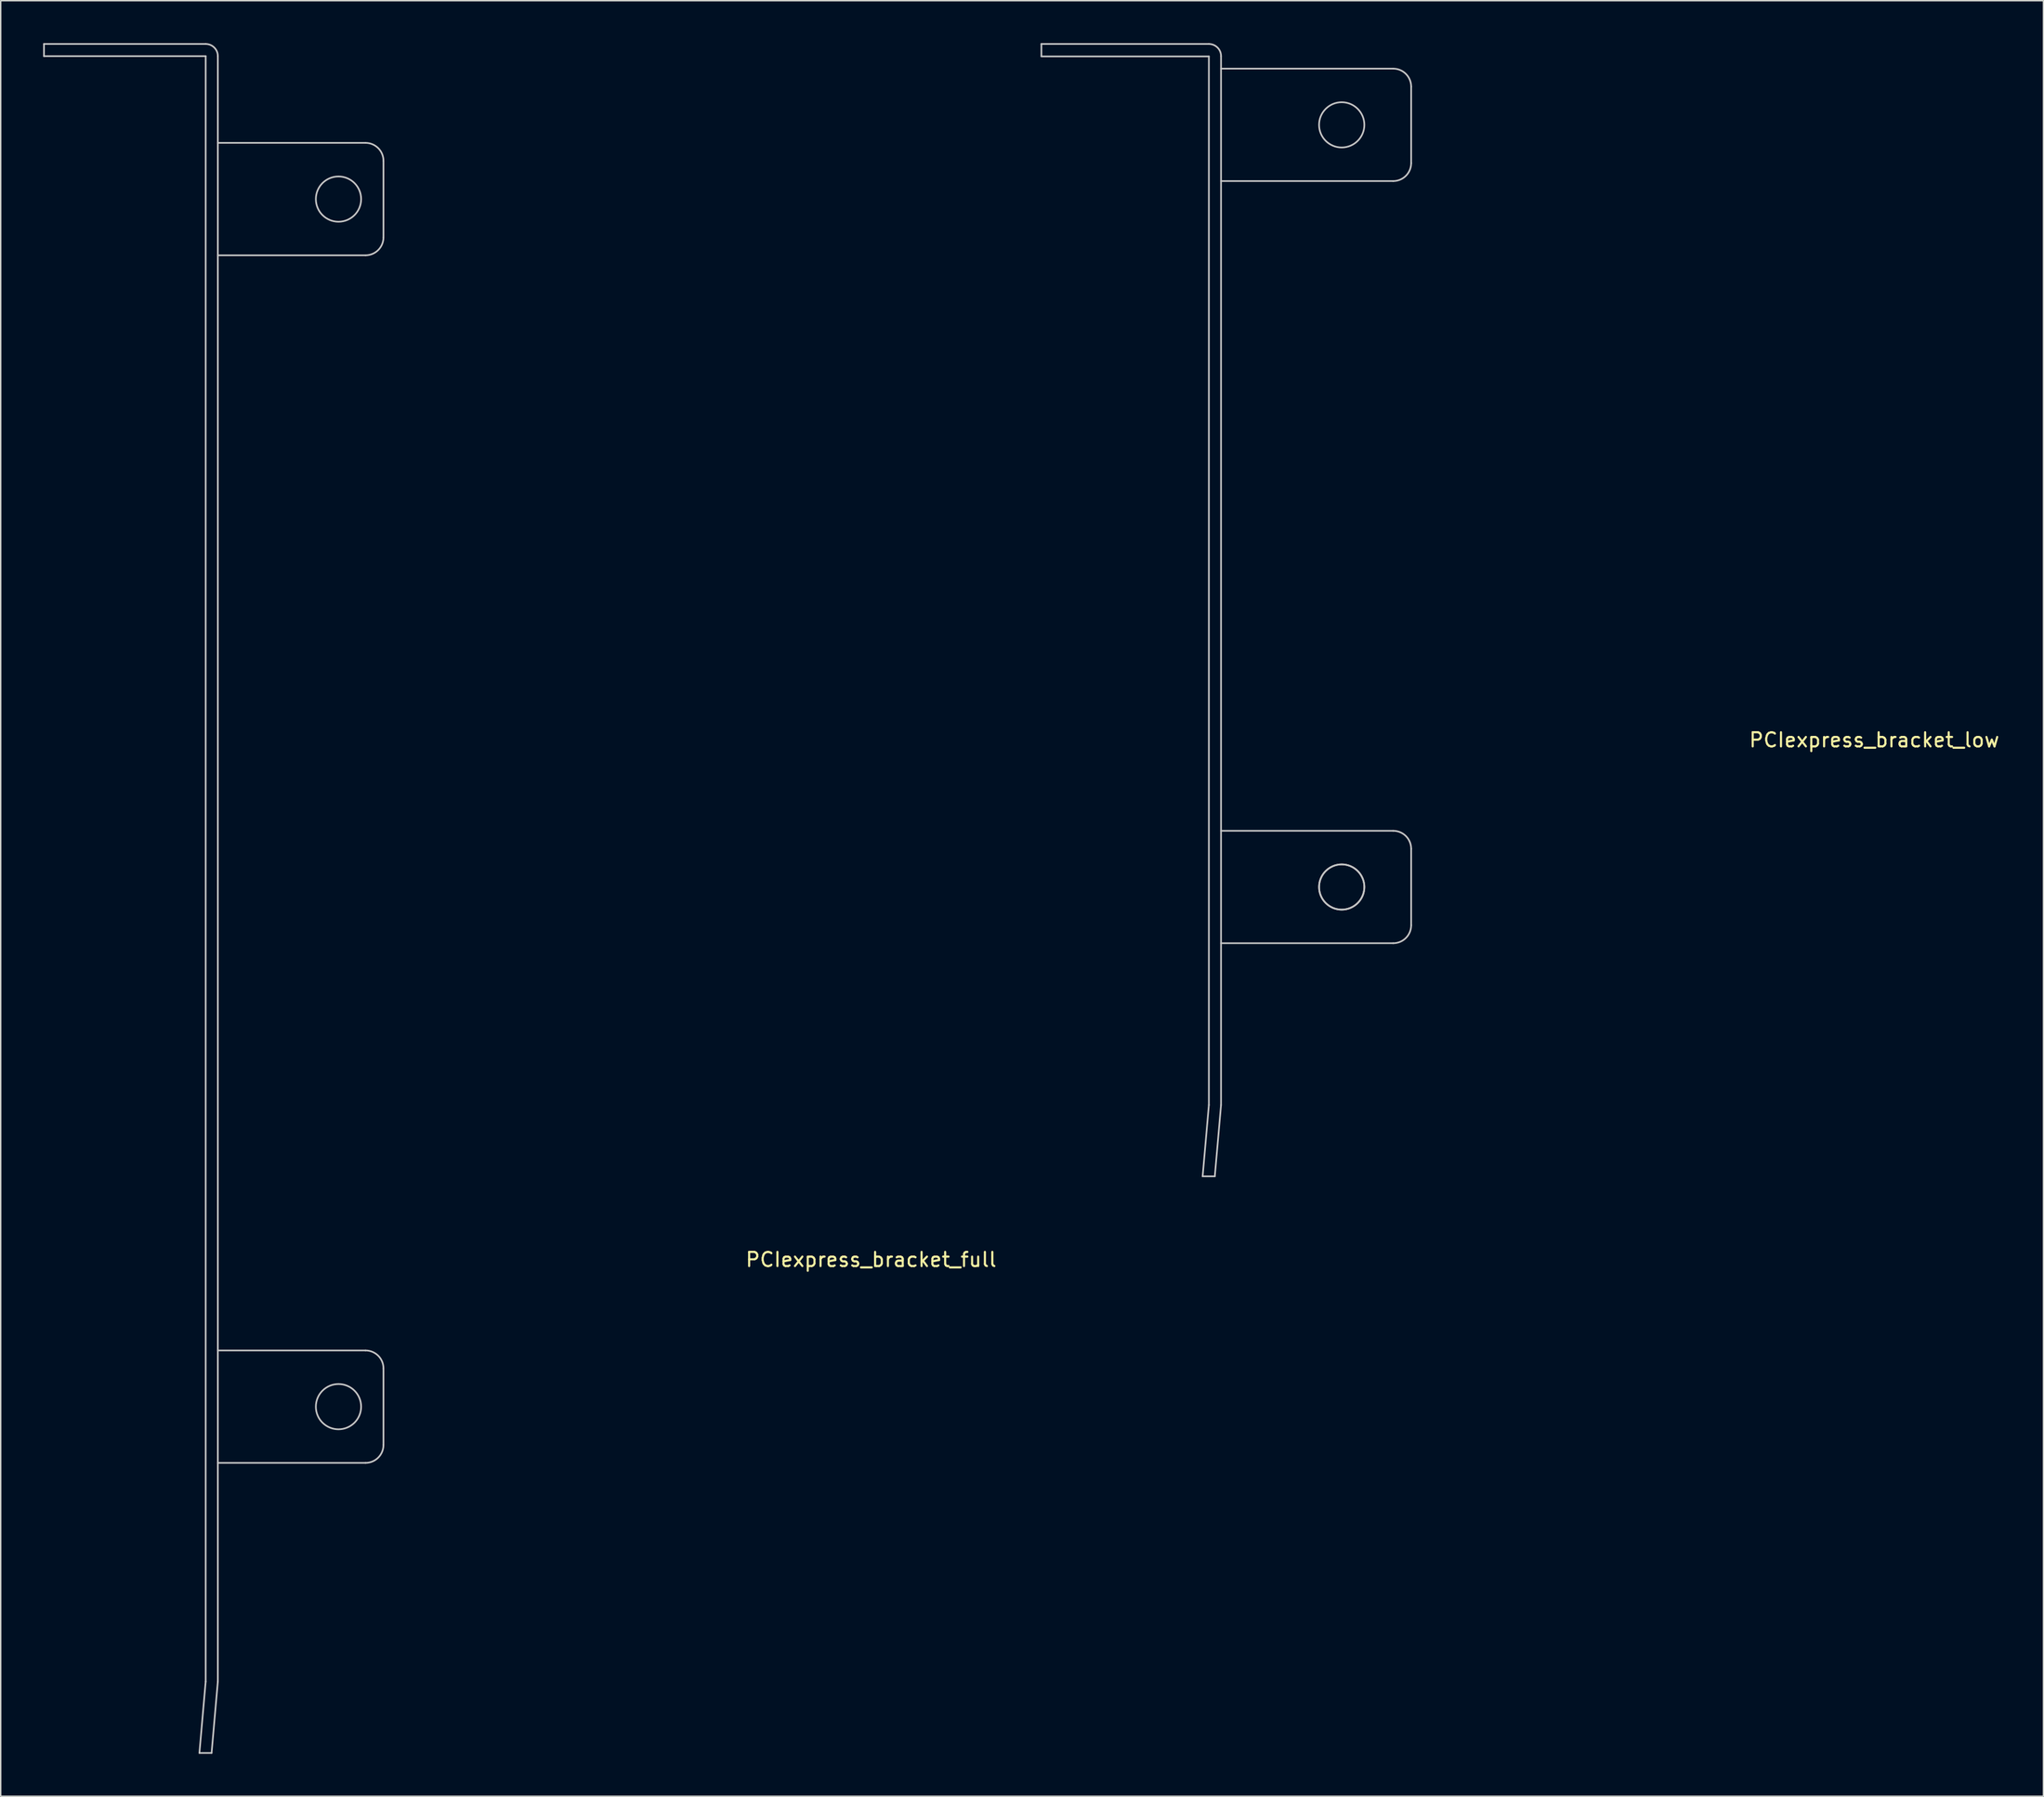
<source format=kicad_pcb>
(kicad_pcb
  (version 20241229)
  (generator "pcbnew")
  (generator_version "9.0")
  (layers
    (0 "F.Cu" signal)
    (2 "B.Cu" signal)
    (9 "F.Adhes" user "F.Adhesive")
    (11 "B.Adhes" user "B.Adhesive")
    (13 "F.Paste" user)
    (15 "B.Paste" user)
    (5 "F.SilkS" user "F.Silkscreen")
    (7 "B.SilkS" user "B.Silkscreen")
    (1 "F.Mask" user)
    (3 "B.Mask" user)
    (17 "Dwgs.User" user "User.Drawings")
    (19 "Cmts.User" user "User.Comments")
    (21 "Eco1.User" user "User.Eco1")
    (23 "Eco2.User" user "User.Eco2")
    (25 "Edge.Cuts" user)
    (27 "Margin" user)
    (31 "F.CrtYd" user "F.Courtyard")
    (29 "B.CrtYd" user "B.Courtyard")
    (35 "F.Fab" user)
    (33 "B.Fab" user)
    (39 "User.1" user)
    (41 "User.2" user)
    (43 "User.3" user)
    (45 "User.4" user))
  (footprint "PCIexpress_bracket_full"
    (layer "F.Cu")
    (at 58.53 105.78)
    (property "Reference" "PCIexpress_bracket_full" (at 0 -19.75 0) (layer "F.SilkS") (effects (font (size 1 1) (thickness 0.15))))
    (attr exclude_from_pos_files exclude_from_bom)
    (fp_line (start -58.47 -104.86) (end -58.47 -105.72) (stroke (width 0.12) (type solid)) (layer "Dwgs.User"))
    (fp_line (start -47.482 15.141) (end -46.622 15.141) (stroke (width 0.12) (type solid)) (layer "Dwgs.User"))
    (fp_line (start -47.04 -105.72) (end -58.47 -105.72) (stroke (width 0.12) (type solid)) (layer "Dwgs.User"))
    (fp_line (start -47.04 -104.86) (end -58.47 -104.86) (stroke (width 0.12) (type solid)) (layer "Dwgs.User"))
    (fp_line (start -47.04 -104.86) (end -47.04 10.09) (stroke (width 0.12) (type solid)) (layer "Dwgs.User"))
    (fp_line (start -47.04 10.09) (end -47.482 15.141) (stroke (width 0.12) (type solid)) (layer "Dwgs.User"))
    (fp_line (start -46.18 -104.86) (end -46.18 10.09) (stroke (width 0.12) (type solid)) (layer "Dwgs.User"))
    (fp_line (start -46.18 10.09) (end -46.622 15.141) (stroke (width 0.12) (type solid)) (layer "Dwgs.User"))
    (fp_line (start -35.74 -98.725) (end -46.18 -98.725) (stroke (width 0.12) (type solid)) (layer "Dwgs.User"))
    (fp_line (start -35.74 -90.775) (end -46.18 -90.775) (stroke (width 0.12) (type solid)) (layer "Dwgs.User"))
    (fp_line (start -35.74 -13.325) (end -46.18 -13.325) (stroke (width 0.12) (type solid)) (layer "Dwgs.User"))
    (fp_line (start -35.74 -5.375) (end -46.18 -5.375) (stroke (width 0.12) (type solid)) (layer "Dwgs.User"))
    (fp_line (start -34.47 -97.455) (end -34.47 -92.045) (stroke (width 0.12) (type solid)) (layer "Dwgs.User"))
    (fp_line (start -34.47 -12.055) (end -34.47 -6.645) (stroke (width 0.12) (type solid)) (layer "Dwgs.User"))
    (fp_arc (start -47.04 -105.72) (mid -46.431888 -105.468112) (end -46.18 -104.86) (stroke (width 0.12) (type solid)) (layer "Dwgs.User"))
    (fp_arc (start -35.74 -98.725) (mid -34.841974 -98.353026) (end -34.47 -97.455) (stroke (width 0.12) (type solid)) (layer "Dwgs.User"))
    (fp_arc (start -35.74 -13.325) (mid -34.841974 -12.953026) (end -34.47 -12.055) (stroke (width 0.12) (type solid)) (layer "Dwgs.User"))
    (fp_arc (start -34.47 -92.045) (mid -34.841974 -91.146974) (end -35.74 -90.775) (stroke (width 0.12) (type solid)) (layer "Dwgs.User"))
    (fp_arc (start -34.47 -6.645) (mid -34.841974 -5.746974) (end -35.74 -5.375) (stroke (width 0.12) (type solid)) (layer "Dwgs.User"))
    (fp_circle (center -37.65 -94.75) (end -36.05 -94.75) (stroke (width 0.12) (type solid)) (fill no) (layer "Dwgs.User"))
    (fp_circle (center -37.65 -9.35) (end -36.05 -9.35) (stroke (width 0.12) (type solid)) (fill no) (layer "Dwgs.User")))
  (footprint "PCIexpress_bracket_low"
    (layer "F.Cu")
    (at 129.452 69.03)
    (property "Reference" "PCIexpress_bracket_low" (at 0 -19.75 0) (layer "F.SilkS") (effects (font (size 1 1) (thickness 0.15))))
    (attr exclude_from_pos_files exclude_from_bom)
    (fp_line (start -58.88 -68.11) (end -58.88 -68.97) (stroke (width 0.12) (type solid)) (layer "Dwgs.User"))
    (fp_line (start -47.482 11.11) (end -46.622 11.11) (stroke (width 0.12) (type solid)) (layer "Dwgs.User"))
    (fp_line (start -47.04 -68.97) (end -58.88 -68.97) (stroke (width 0.12) (type solid)) (layer "Dwgs.User"))
    (fp_line (start -47.04 -68.09) (end -58.88 -68.09) (stroke (width 0.12) (type solid)) (layer "Dwgs.User"))
    (fp_line (start -47.04 -68.09) (end -47.04 6.059) (stroke (width 0.12) (type solid)) (layer "Dwgs.User"))
    (fp_line (start -47.04 6.059) (end -47.482 11.11) (stroke (width 0.12) (type solid)) (layer "Dwgs.User"))
    (fp_line (start -46.18 -68.11) (end -46.18 6.059) (stroke (width 0.12) (type solid)) (layer "Dwgs.User"))
    (fp_line (start -46.18 6.059) (end -46.622 11.11) (stroke (width 0.12) (type solid)) (layer "Dwgs.User"))
    (fp_line (start -34.01 -67.225) (end -46.18 -67.225) (stroke (width 0.12) (type solid)) (layer "Dwgs.User"))
    (fp_line (start -34.01 -59.275) (end -46.18 -59.275) (stroke (width 0.12) (type solid)) (layer "Dwgs.User"))
    (fp_line (start -34.01 -13.325) (end -46.18 -13.325) (stroke (width 0.12) (type solid)) (layer "Dwgs.User"))
    (fp_line (start -34.01 -5.375) (end -46.18 -5.375) (stroke (width 0.12) (type solid)) (layer "Dwgs.User"))
    (fp_line (start -32.74 -65.955) (end -32.74 -60.545) (stroke (width 0.12) (type solid)) (layer "Dwgs.User"))
    (fp_line (start -32.74 -12.055) (end -32.74 -6.645) (stroke (width 0.12) (type solid)) (layer "Dwgs.User"))
    (fp_arc (start -47.04 -68.97) (mid -46.431888 -68.718112) (end -46.18 -68.11) (stroke (width 0.12) (type solid)) (layer "Dwgs.User"))
    (fp_arc (start -34.01 -67.225) (mid -33.111974 -66.853026) (end -32.74 -65.955) (stroke (width 0.12) (type solid)) (layer "Dwgs.User"))
    (fp_arc (start -34.01 -13.325) (mid -33.111974 -12.953026) (end -32.74 -12.055) (stroke (width 0.12) (type solid)) (layer "Dwgs.User"))
    (fp_arc (start -32.74 -60.545) (mid -33.111974 -59.646974) (end -34.01 -59.275) (stroke (width 0.12) (type solid)) (layer "Dwgs.User"))
    (fp_arc (start -32.74 -6.645) (mid -33.111974 -5.746974) (end -34.01 -5.375) (stroke (width 0.12) (type solid)) (layer "Dwgs.User"))
    (fp_circle (center -37.65 -63.25) (end -36.05 -63.25) (stroke (width 0.12) (type solid)) (fill no) (layer "Dwgs.User"))
    (fp_circle (center -37.65 -9.35) (end -36.05 -9.35) (stroke (width 0.12) (type solid)) (fill no) (layer "Dwgs.User"))
    (fp_circle (center -37.65 -9.35) (end -36.05 -9.35) (stroke (width 0.12) (type solid)) (fill no) (layer "Dwgs.User")))
  (gr_rect
    (start -3 -3)
    (end 141.41 123.981)
    (stroke (width 0.1) (type default))
    (fill no)
    (layer "Edge.Cuts")))
</source>
